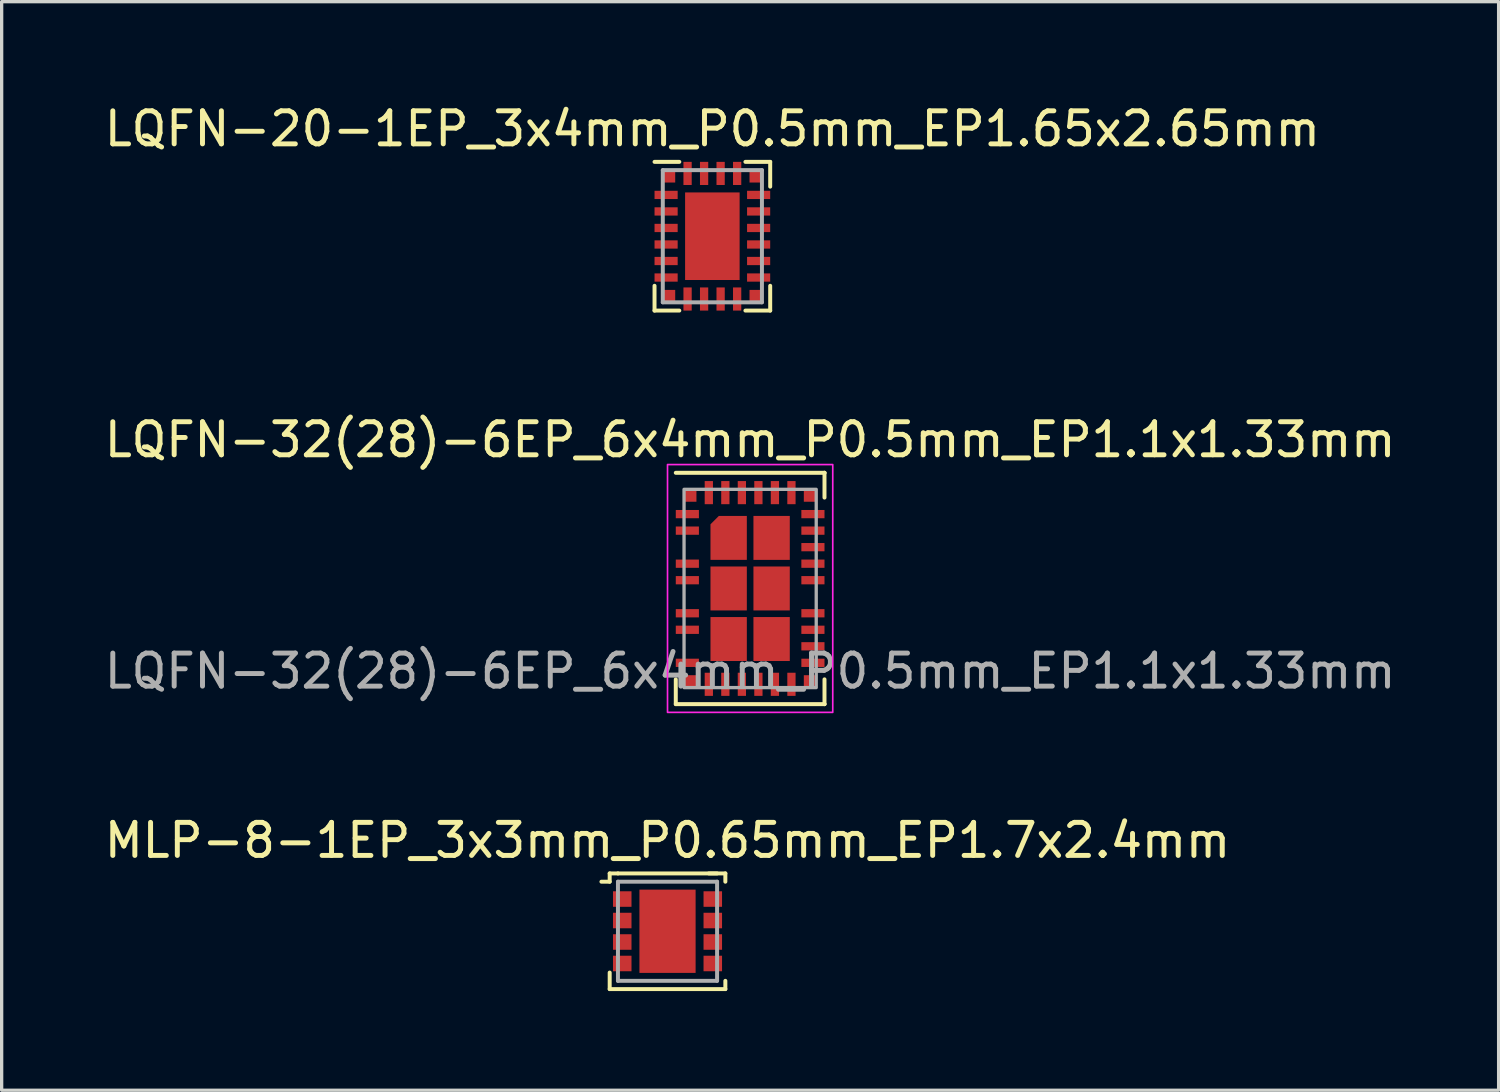
<source format=kicad_pcb>
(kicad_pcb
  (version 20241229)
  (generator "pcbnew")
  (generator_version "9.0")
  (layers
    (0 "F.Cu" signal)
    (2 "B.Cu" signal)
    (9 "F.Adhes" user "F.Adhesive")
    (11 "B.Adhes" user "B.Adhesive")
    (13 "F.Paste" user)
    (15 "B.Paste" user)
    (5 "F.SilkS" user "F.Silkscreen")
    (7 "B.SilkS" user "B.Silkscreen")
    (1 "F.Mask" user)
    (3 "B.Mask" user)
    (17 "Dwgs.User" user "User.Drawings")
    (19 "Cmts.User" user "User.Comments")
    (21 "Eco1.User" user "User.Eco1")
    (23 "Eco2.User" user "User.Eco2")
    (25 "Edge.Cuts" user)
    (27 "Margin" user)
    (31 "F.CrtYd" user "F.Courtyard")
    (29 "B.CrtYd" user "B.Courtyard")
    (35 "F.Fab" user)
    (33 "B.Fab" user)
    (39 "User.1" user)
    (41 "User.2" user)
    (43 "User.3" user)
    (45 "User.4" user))
  (footprint "LQFN-20-1EP_3x4mm_P0.5mm_EP1.65x2.65mm"
    (layer "F.Cu")
    (at 18.506 4.098)
    (property "Reference" "LQFN-20-1EP_3x4mm_P0.5mm_EP1.65x2.65mm" (at 0 -3.25 0) (layer "F.SilkS") (effects (font (size 1 1) (thickness 0.15))))
    (attr through_hole)
    (fp_line (start -1.75 2.25) (end -1.75 1.5) (stroke (width 0.12) (type solid)) (layer "F.SilkS"))
    (fp_line (start -1 -2.25) (end -1.75 -2.25) (stroke (width 0.12) (type solid)) (layer "F.SilkS"))
    (fp_line (start -1 2.25) (end -1.75 2.25) (stroke (width 0.12) (type solid)) (layer "F.SilkS"))
    (fp_line (start 1 -2.25) (end 1.75 -2.25) (stroke (width 0.12) (type solid)) (layer "F.SilkS"))
    (fp_line (start 1 2.25) (end 1.75 2.25) (stroke (width 0.12) (type solid)) (layer "F.SilkS"))
    (fp_line (start 1.75 -2.25) (end 1.75 -1.5) (stroke (width 0.12) (type solid)) (layer "F.SilkS"))
    (fp_line (start 1.75 2.25) (end 1.75 1.5) (stroke (width 0.12) (type solid)) (layer "F.SilkS"))
    (fp_line (start -1.5 -2) (end 1.5 -2) (stroke (width 0.12) (type solid)) (layer "F.Fab"))
    (fp_line (start -1.5 2) (end -1.5 -2) (stroke (width 0.12) (type solid)) (layer "F.Fab"))
    (fp_line (start 1.5 -2) (end 1.5 2) (stroke (width 0.12) (type solid)) (layer "F.Fab"))
    (fp_line (start 1.5 2) (end -1.5 2) (stroke (width 0.12) (type solid)) (layer "F.Fab"))
    (pad "" smd rect (at -1.312 -1.812 270) (size 0.375 0.375) (layers "F.Cu" "F.Mask" "F.Paste"))
    (pad "" smd rect (at -1.312 1.812 270) (size 0.375 0.375) (layers "F.Cu" "F.Mask" "F.Paste"))
    (pad "" smd rect (at 1.312 -1.812 270) (size 0.375 0.375) (layers "F.Cu" "F.Mask" "F.Paste"))
    (pad "" smd rect (at 1.312 1.812 270) (size 0.375 0.375) (layers "F.Cu" "F.Mask" "F.Paste"))
    (pad "1" smd rect (at -1.4 -1.25 180) (size 0.7 0.25) (layers "F.Cu" "F.Mask" "F.Paste"))
    (pad "2" smd rect (at -1.4 -0.75 180) (size 0.7 0.25) (layers "F.Cu" "F.Mask" "F.Paste"))
    (pad "3" smd rect (at -1.4 -0.25 180) (size 0.7 0.25) (layers "F.Cu" "F.Mask" "F.Paste"))
    (pad "4" smd rect (at -1.4 0.25 180) (size 0.7 0.25) (layers "F.Cu" "F.Mask" "F.Paste"))
    (pad "5" smd rect (at -1.4 0.75 180) (size 0.7 0.25) (layers "F.Cu" "F.Mask" "F.Paste"))
    (pad "6" smd rect (at -1.4 1.25 180) (size 0.7 0.25) (layers "F.Cu" "F.Mask" "F.Paste"))
    (pad "7" smd rect (at -0.75 1.9 270) (size 0.7 0.25) (layers "F.Cu" "F.Mask" "F.Paste"))
    (pad "8" smd rect (at -0.25 1.9 270) (size 0.7 0.25) (layers "F.Cu" "F.Mask" "F.Paste"))
    (pad "9" smd rect (at 0.25 1.9 270) (size 0.7 0.25) (layers "F.Cu" "F.Mask" "F.Paste"))
    (pad "10" smd rect (at 0.75 1.9 270) (size 0.7 0.25) (layers "F.Cu" "F.Mask" "F.Paste"))
    (pad "11" smd rect (at 1.4 1.25 180) (size 0.7 0.25) (layers "F.Cu" "F.Mask" "F.Paste"))
    (pad "12" smd rect (at 1.4 0.75 180) (size 0.7 0.25) (layers "F.Cu" "F.Mask" "F.Paste"))
    (pad "13" smd rect (at 1.4 0.25 180) (size 0.7 0.25) (layers "F.Cu" "F.Mask" "F.Paste"))
    (pad "14" smd rect (at 1.4 -0.25 180) (size 0.7 0.25) (layers "F.Cu" "F.Mask" "F.Paste"))
    (pad "15" smd rect (at 1.4 -0.75 180) (size 0.7 0.25) (layers "F.Cu" "F.Mask" "F.Paste"))
    (pad "16" smd rect (at 1.4 -1.25 180) (size 0.7 0.25) (layers "F.Cu" "F.Mask" "F.Paste"))
    (pad "17" smd rect (at 0.75 -1.9 90) (size 0.7 0.25) (layers "F.Cu" "F.Mask" "F.Paste"))
    (pad "18" smd rect (at 0.25 -1.9 90) (size 0.7 0.25) (layers "F.Cu" "F.Mask" "F.Paste"))
    (pad "19" smd rect (at -0.25 -1.9 90) (size 0.7 0.25) (layers "F.Cu" "F.Mask" "F.Paste"))
    (pad "20" smd rect (at -0.75 -1.9 90) (size 0.7 0.25) (layers "F.Cu" "F.Mask" "F.Paste"))
    (pad "21" smd rect (at 0 0) (size 1.65 2.65) (layers "F.Cu" "F.Mask" "F.Paste")))
  (footprint "LQFN-32(28)-6EP_6x4mm_P0.5mm_EP1.1x1.33mm"
    (layer "F.Cu")
    (at 19.649 14.757)
    (property "Reference" "LQFN-32(28)-6EP_6x4mm_P0.5mm_EP1.1x1.33mm" (at 0 -4.5 0) (unlocked yes) (layer "F.SilkS") (effects (font (size 1 1) (thickness 0.15))))
    (attr smd)
    (fp_line (start -2.25 -3.5) (end 2.25 -3.5) (stroke (width 0.12) (type default)) (layer "F.SilkS"))
    (fp_line (start -2.25 2.75) (end -2.25 3.5) (stroke (width 0.12) (type default)) (layer "F.SilkS"))
    (fp_line (start -2.25 3.5) (end 2.25 3.5) (stroke (width 0.12) (type default)) (layer "F.SilkS"))
    (fp_line (start 2.25 -3.5) (end 2.25 -3.5) (stroke (width 0.12) (type default)) (layer "F.SilkS"))
    (fp_line (start 2.25 -3.5) (end 2.25 -2.75) (stroke (width 0.12) (type default)) (layer "F.SilkS"))
    (fp_line (start 2.25 3.5) (end 2.25 2.75) (stroke (width 0.12) (type default)) (layer "F.SilkS"))
    (fp_line (start 2.25 3.5) (end 2.25 3.5) (stroke (width 0.12) (type default)) (layer "F.SilkS"))
    (fp_rect (start -2.5 -3.75) (end 2.5 3.75) (stroke (width 0.05) (type default)) (fill no) (layer "F.CrtYd"))
    (fp_rect (start -2 -3) (end 2 3) (stroke (width 0.1) (type default)) (fill no) (layer "F.Fab"))
    (fp_text user "${REFERENCE}" (at 0 2.5 0) (unlocked yes) (layer "F.Fab") (effects (font (size 1 1) (thickness 0.15))))
    (pad "1" smd rect (at -1.9 -2.25) (size 0.7 0.25) (layers "F.Cu" "F.Mask" "F.Paste"))
    (pad "2" smd rect (at -1.9 -1.75) (size 0.7 0.25) (layers "F.Cu" "F.Mask" "F.Paste"))
    (pad "4" smd rect (at -1.9 -0.75) (size 0.7 0.25) (layers "F.Cu" "F.Mask" "F.Paste"))
    (pad "5" smd rect (at -1.9 -0.25) (size 0.7 0.25) (layers "F.Cu" "F.Mask" "F.Paste"))
    (pad "7" smd rect (at -1.9 0.75) (size 0.7 0.25) (layers "F.Cu" "F.Mask" "F.Paste"))
    (pad "8" smd rect (at -1.9 1.25) (size 0.7 0.25) (layers "F.Cu" "F.Mask" "F.Paste"))
    (pad "10" smd rect (at -1.9 2.25) (size 0.7 0.25) (layers "F.Cu" "F.Mask" "F.Paste"))
    (pad "11" smd rect (at -1.25 2.9 90) (size 0.7 0.25) (layers "F.Cu" "F.Mask" "F.Paste"))
    (pad "12" smd rect (at -0.75 2.9 90) (size 0.7 0.25) (layers "F.Cu" "F.Mask" "F.Paste"))
    (pad "13" smd rect (at -0.25 2.9 90) (size 0.7 0.25) (layers "F.Cu" "F.Mask" "F.Paste"))
    (pad "14" smd rect (at 0.25 2.9 90) (size 0.7 0.25) (layers "F.Cu" "F.Mask" "F.Paste"))
    (pad "15" smd rect (at 0.75 2.9 90) (size 0.7 0.25) (layers "F.Cu" "F.Mask" "F.Paste"))
    (pad "16" smd rect (at 1.25 2.9 90) (size 0.7 0.25) (layers "F.Cu" "F.Mask" "F.Paste"))
    (pad "17" smd rect (at 1.9 2.25) (size 0.7 0.25) (layers "F.Cu" "F.Mask" "F.Paste"))
    (pad "18" smd rect (at 1.9 1.75) (size 0.7 0.25) (layers "F.Cu" "F.Mask" "F.Paste"))
    (pad "19" smd rect (at 1.9 1.25) (size 0.7 0.25) (layers "F.Cu" "F.Mask" "F.Paste"))
    (pad "20" smd rect (at 1.9 0.75) (size 0.7 0.25) (layers "F.Cu" "F.Mask" "F.Paste"))
    (pad "22" smd rect (at 1.9 -0.25) (size 0.7 0.25) (layers "F.Cu" "F.Mask" "F.Paste"))
    (pad "23" smd rect (at 1.9 -0.75) (size 0.7 0.25) (layers "F.Cu" "F.Mask" "F.Paste"))
    (pad "24" smd rect (at 1.9 -1.25) (size 0.7 0.25) (layers "F.Cu" "F.Mask" "F.Paste"))
    (pad "25" smd rect (at 1.9 -1.75) (size 0.7 0.25) (layers "F.Cu" "F.Mask" "F.Paste"))
    (pad "26" smd rect (at 1.9 -2.25) (size 0.7 0.25) (layers "F.Cu" "F.Mask" "F.Paste"))
    (pad "27" smd rect (at 1.25 -2.9 90) (size 0.7 0.25) (layers "F.Cu" "F.Mask" "F.Paste"))
    (pad "28" smd rect (at 0.75 -2.9 90) (size 0.7 0.25) (layers "F.Cu" "F.Mask" "F.Paste"))
    (pad "29" smd rect (at 0.25 -2.9 90) (size 0.7 0.25) (layers "F.Cu" "F.Mask" "F.Paste"))
    (pad "30" smd rect (at -0.25 -2.9 90) (size 0.7 0.25) (layers "F.Cu" "F.Mask" "F.Paste"))
    (pad "31" smd rect (at -0.75 -2.9 90) (size 0.7 0.25) (layers "F.Cu" "F.Mask" "F.Paste"))
    (pad "32" smd rect (at -1.25 -2.9 90) (size 0.7 0.25) (layers "F.Cu" "F.Mask" "F.Paste"))
    (pad "33" smd roundrect (at -0.65 -1.53) (size 1.1 1.33) (layers "F.Cu" "F.Mask" "F.Paste") (roundrect_rratio 0) (chamfer_ratio 0.23) (chamfer top_left))
    (pad "34" smd rect (at 0.65 -1.53) (size 1.1 1.33) (layers "F.Cu" "F.Mask" "F.Paste"))
    (pad "35" smd rect (at -0.65 0) (size 1.1 1.33) (layers "F.Cu" "F.Mask" "F.Paste"))
    (pad "36" smd rect (at 0.65 0) (size 1.1 1.33) (layers "F.Cu" "F.Mask" "F.Paste"))
    (pad "37" smd rect (at -0.65 1.53) (size 1.1 1.33) (layers "F.Cu" "F.Mask" "F.Paste"))
    (pad "38" smd rect (at 0.65 1.53) (size 1.1 1.33) (layers "F.Cu" "F.Mask" "F.Paste"))
    (pad "MNT" smd rect (at -1.812 -2.812 90) (size 0.375 0.375) (layers "F.Cu" "F.Mask" "F.Paste"))
    (pad "MNT" smd rect (at -1.812 2.812 90) (size 0.375 0.375) (layers "F.Cu" "F.Mask" "F.Paste"))
    (pad "MNT" smd rect (at 1.812 -2.812 90) (size 0.375 0.375) (layers "F.Cu" "F.Mask" "F.Paste"))
    (pad "MNT" smd rect (at 1.812 2.812 90) (size 0.375 0.375) (layers "F.Cu" "F.Mask" "F.Paste")))
  (footprint "MLP-8-1EP_3x3mm_P0.65mm_EP1.7x2.4mm"
    (layer "F.Cu")
    (at 17.149 25.13)
    (property "Reference" "MLP-8-1EP_3x3mm_P0.65mm_EP1.7x2.4mm" (at 0 -2.75 0) (layer "F.SilkS") (effects (font (size 1 1) (thickness 0.15))))
    (attr through_hole)
    (fp_line (start -1.75 -1.75) (end -1.75 -1.5) (stroke (width 0.12) (type solid)) (layer "F.SilkS"))
    (fp_line (start -1.75 -1.5) (end -2 -1.5) (stroke (width 0.12) (type solid)) (layer "F.SilkS"))
    (fp_line (start -1.75 1.25) (end -1.75 1.75) (stroke (width 0.12) (type solid)) (layer "F.SilkS"))
    (fp_line (start -1.75 1.75) (end 1.75 1.75) (stroke (width 0.12) (type solid)) (layer "F.SilkS"))
    (fp_line (start -1.5 -1.75) (end -1.75 -1.75) (stroke (width 0.12) (type solid)) (layer "F.SilkS"))
    (fp_line (start 1.25 -1.75) (end 1.75 -1.75) (stroke (width 0.12) (type solid)) (layer "F.SilkS"))
    (fp_line (start 1.5 -1.75) (end -1.5 -1.75) (stroke (width 0.12) (type solid)) (layer "F.SilkS"))
    (fp_line (start 1.75 -1.75) (end 1.75 -1.5) (stroke (width 0.12) (type solid)) (layer "F.SilkS"))
    (fp_line (start 1.75 1.75) (end 1.75 1.5) (stroke (width 0.12) (type solid)) (layer "F.SilkS"))
    (fp_line (start -1.5 -1.5) (end -1.5 1.5) (stroke (width 0.12) (type solid)) (layer "F.Fab"))
    (fp_line (start -1.5 1.5) (end 1.5 1.5) (stroke (width 0.12) (type solid)) (layer "F.Fab"))
    (fp_line (start 1.5 -1.5) (end -1.5 -1.5) (stroke (width 0.12) (type solid)) (layer "F.Fab"))
    (fp_line (start 1.5 1.5) (end 1.5 -1.5) (stroke (width 0.12) (type solid)) (layer "F.Fab"))
    (pad "1" smd rect (at -1.37 -0.975) (size 0.56 0.47) (layers "F.Cu" "F.Mask" "F.Paste"))
    (pad "2" smd rect (at -1.37 -0.325) (size 0.56 0.47) (layers "F.Cu" "F.Mask" "F.Paste"))
    (pad "3" smd rect (at -1.37 0.325) (size 0.56 0.47) (layers "F.Cu" "F.Mask" "F.Paste"))
    (pad "4" smd rect (at -1.37 0.975) (size 0.56 0.47) (layers "F.Cu" "F.Mask" "F.Paste"))
    (pad "5" smd rect (at 1.37 0.975) (size 0.56 0.47) (layers "F.Cu" "F.Mask" "F.Paste"))
    (pad "6" smd rect (at 1.37 0.325) (size 0.56 0.47) (layers "F.Cu" "F.Mask" "F.Paste"))
    (pad "7" smd rect (at 1.37 -0.325) (size 0.56 0.47) (layers "F.Cu" "F.Mask" "F.Paste"))
    (pad "8" smd rect (at 1.37 -0.975) (size 0.56 0.47) (layers "F.Cu" "F.Mask" "F.Paste"))
    (pad "9" smd rect (at 0 0) (size 1.7 2.52) (layers "F.Cu" "F.Mask" "F.Paste")))
  (gr_rect
    (start -3 -3)
    (end 42.298 29.94)
    (stroke (width 0.1) (type default))
    (fill no)
    (layer "Edge.Cuts")))
</source>
